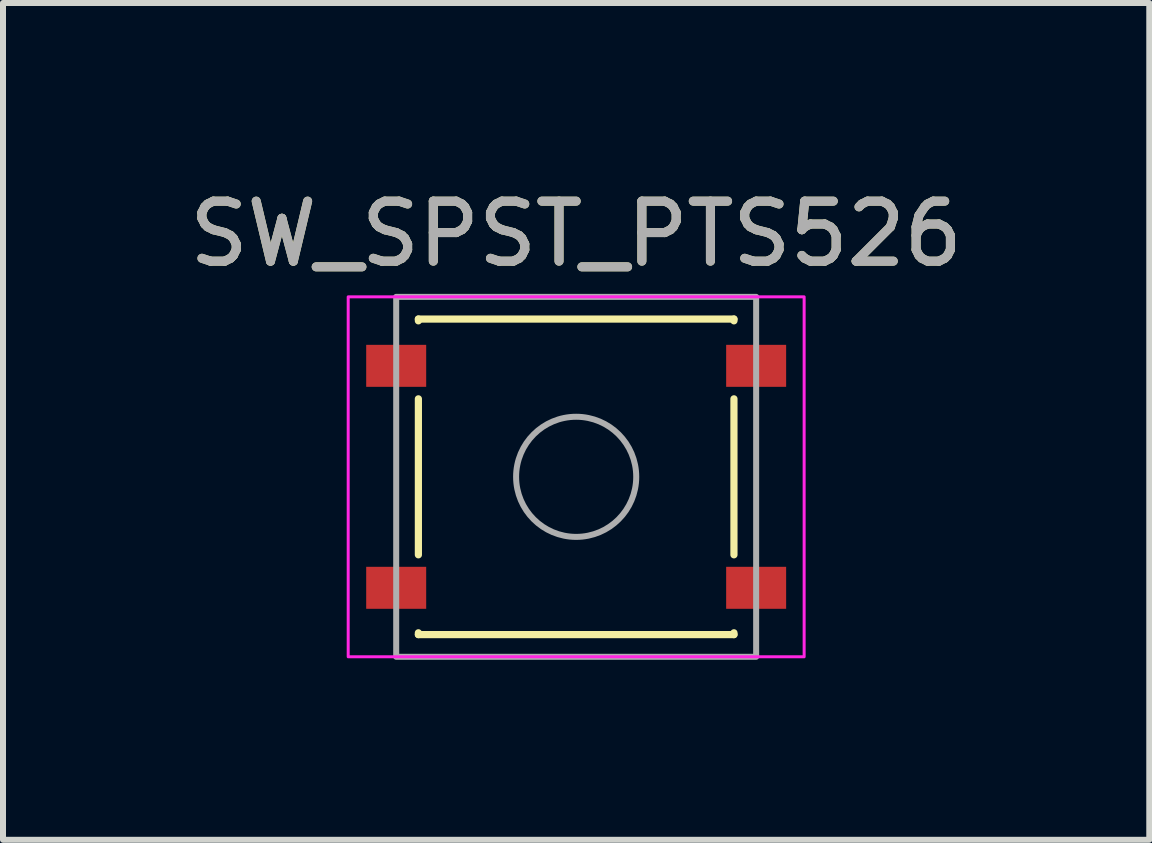
<source format=kicad_pcb>
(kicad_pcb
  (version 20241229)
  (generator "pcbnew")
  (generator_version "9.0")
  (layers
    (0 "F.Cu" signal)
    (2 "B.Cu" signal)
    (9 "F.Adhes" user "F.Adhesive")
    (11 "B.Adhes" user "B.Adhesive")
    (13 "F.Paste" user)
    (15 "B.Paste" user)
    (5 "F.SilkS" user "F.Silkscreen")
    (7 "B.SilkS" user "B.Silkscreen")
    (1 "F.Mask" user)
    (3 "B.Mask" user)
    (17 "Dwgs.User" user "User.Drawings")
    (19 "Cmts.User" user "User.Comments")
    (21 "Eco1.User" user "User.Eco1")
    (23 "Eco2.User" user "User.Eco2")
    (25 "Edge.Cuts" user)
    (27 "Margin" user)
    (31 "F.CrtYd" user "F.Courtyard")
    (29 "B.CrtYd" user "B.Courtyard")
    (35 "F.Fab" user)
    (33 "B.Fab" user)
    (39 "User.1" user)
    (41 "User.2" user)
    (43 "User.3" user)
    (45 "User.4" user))
  (footprint "SW_SPST_PTS526"
    (layer "F.Cu")
    (at 6.554 4.898)
    (property "Reference" "SW_SPST_PTS526" (at 0 -4.05 0) (layer "F.SilkS") (effects (font (size 1 1) (thickness 0.15))))
    (attr smd)
    (fp_line (start -2.63 -2.63) (end 2.63 -2.63) (stroke (width 0.12) (type solid)) (layer "F.SilkS"))
    (fp_line (start -2.63 -2.6) (end -2.63 -2.63) (stroke (width 0.12) (type solid)) (layer "F.SilkS"))
    (fp_line (start -2.63 -1.3) (end -2.63 1.3) (stroke (width 0.12) (type solid)) (layer "F.SilkS"))
    (fp_line (start -2.63 2.63) (end -2.63 2.6) (stroke (width 0.12) (type solid)) (layer "F.SilkS"))
    (fp_line (start -2.63 2.63) (end 2.63 2.63) (stroke (width 0.12) (type solid)) (layer "F.SilkS"))
    (fp_line (start 2.63 -2.63) (end 2.63 -2.6) (stroke (width 0.12) (type solid)) (layer "F.SilkS"))
    (fp_line (start 2.63 -1.3) (end 2.63 1.3) (stroke (width 0.12) (type solid)) (layer "F.SilkS"))
    (fp_line (start 2.63 2.63) (end 2.63 2.6) (stroke (width 0.12) (type solid)) (layer "F.SilkS"))
    (fp_rect (start -3.8 -3) (end 3.8 3) (stroke (width 0.05) (type solid)) (fill no) (layer "F.CrtYd"))
    (fp_rect (start -3 -3) (end 3 3) (stroke (width 0.1) (type solid)) (fill no) (layer "F.Fab"))
    (fp_circle (center 0 0) (end 1 -0.05) (stroke (width 0.1) (type solid)) (fill no) (layer "F.Fab"))
    (fp_text user "${REFERENCE}" (at 0 -4.05 0) (layer "F.Fab") (effects (font (size 1 1) (thickness 0.15))))
    (pad "1" smd rect (at -3 -1.85) (size 1 0.7) (layers "F.Cu" "F.Mask" "F.Paste"))
    (pad "1" smd rect (at 3 -1.85) (size 1 0.7) (layers "F.Cu" "F.Mask" "F.Paste"))
    (pad "2" smd rect (at -3 1.85) (size 1 0.7) (layers "F.Cu" "F.Mask" "F.Paste"))
    (pad "2" smd rect (at 3 1.85) (size 1 0.7) (layers "F.Cu" "F.Mask" "F.Paste")))
  (gr_rect
    (start -3 -3)
    (end 16.107 10.948)
    (stroke (width 0.1) (type default))
    (fill no)
    (layer "Edge.Cuts")))
</source>
